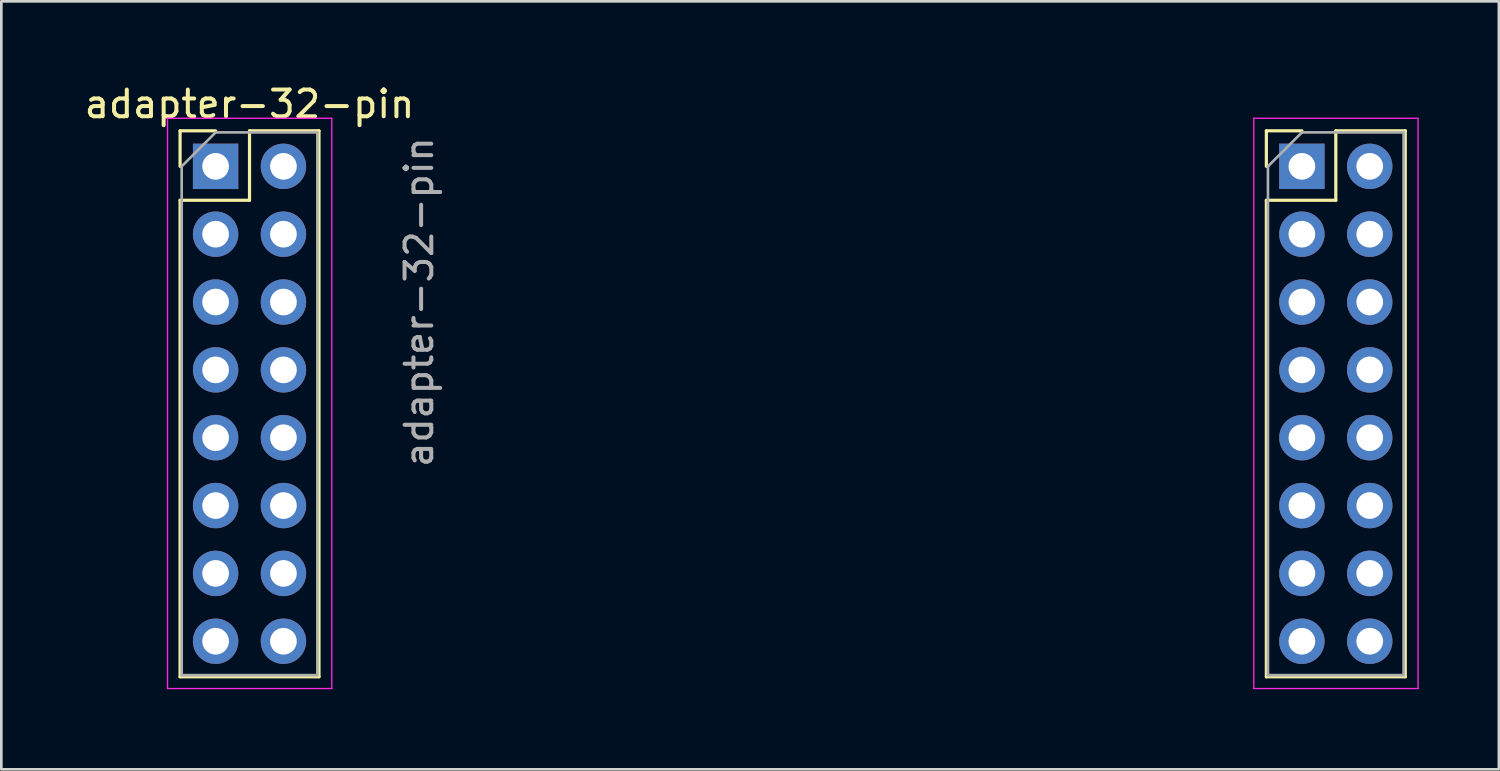
<source format=kicad_pcb>
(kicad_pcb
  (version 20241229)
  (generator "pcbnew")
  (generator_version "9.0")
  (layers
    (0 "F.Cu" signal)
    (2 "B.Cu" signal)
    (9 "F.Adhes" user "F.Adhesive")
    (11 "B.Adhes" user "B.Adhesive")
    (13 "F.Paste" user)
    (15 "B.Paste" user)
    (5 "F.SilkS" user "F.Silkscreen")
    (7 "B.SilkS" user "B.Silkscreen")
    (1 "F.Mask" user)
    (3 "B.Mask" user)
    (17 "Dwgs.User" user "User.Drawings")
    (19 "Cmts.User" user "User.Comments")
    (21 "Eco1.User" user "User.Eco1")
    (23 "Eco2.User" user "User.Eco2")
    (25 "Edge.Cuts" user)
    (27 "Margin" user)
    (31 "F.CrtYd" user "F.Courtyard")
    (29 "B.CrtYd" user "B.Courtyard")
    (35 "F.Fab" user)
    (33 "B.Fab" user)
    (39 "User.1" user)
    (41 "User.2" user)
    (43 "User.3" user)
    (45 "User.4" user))
  (footprint "adapter-32-pin"
    (layer "F.Cu")
    (at 5.022 3.178)
    (property "Reference" "adapter-32-pin" (at 1.27 -2.33 0) (layer "F.SilkS") (effects (font (size 1 1) (thickness 0.15))))
    (attr through_hole)
    (fp_line (start -1.33 -1.33) (end 0 -1.33) (stroke (width 0.12) (type solid)) (layer "F.SilkS"))
    (fp_line (start -1.33 0) (end -1.33 -1.33) (stroke (width 0.12) (type solid)) (layer "F.SilkS"))
    (fp_line (start -1.33 1.27) (end -1.33 19.11) (stroke (width 0.12) (type solid)) (layer "F.SilkS"))
    (fp_line (start -1.33 1.27) (end 1.27 1.27) (stroke (width 0.12) (type solid)) (layer "F.SilkS"))
    (fp_line (start -1.33 19.11) (end 3.87 19.11) (stroke (width 0.12) (type solid)) (layer "F.SilkS"))
    (fp_line (start 1.27 -1.33) (end 3.87 -1.33) (stroke (width 0.12) (type solid)) (layer "F.SilkS"))
    (fp_line (start 1.27 1.27) (end 1.27 -1.33) (stroke (width 0.12) (type solid)) (layer "F.SilkS"))
    (fp_line (start 3.87 -1.33) (end 3.87 19.11) (stroke (width 0.12) (type solid)) (layer "F.SilkS"))
    (fp_line (start 39.34 -1.33) (end 40.67 -1.33) (stroke (width 0.12) (type solid)) (layer "F.SilkS"))
    (fp_line (start 39.34 0) (end 39.34 -1.33) (stroke (width 0.12) (type solid)) (layer "F.SilkS"))
    (fp_line (start 39.34 1.27) (end 39.34 19.11) (stroke (width 0.12) (type solid)) (layer "F.SilkS"))
    (fp_line (start 39.34 1.27) (end 41.94 1.27) (stroke (width 0.12) (type solid)) (layer "F.SilkS"))
    (fp_line (start 39.34 19.11) (end 44.54 19.11) (stroke (width 0.12) (type solid)) (layer "F.SilkS"))
    (fp_line (start 41.94 -1.33) (end 44.54 -1.33) (stroke (width 0.12) (type solid)) (layer "F.SilkS"))
    (fp_line (start 41.94 1.27) (end 41.94 -1.33) (stroke (width 0.12) (type solid)) (layer "F.SilkS"))
    (fp_line (start 44.54 -1.33) (end 44.54 19.11) (stroke (width 0.12) (type solid)) (layer "F.SilkS"))
    (fp_line (start -1.8 -1.8) (end -1.8 19.55) (stroke (width 0.05) (type solid)) (layer "F.CrtYd"))
    (fp_line (start -1.8 19.55) (end 4.35 19.55) (stroke (width 0.05) (type solid)) (layer "F.CrtYd"))
    (fp_line (start 4.35 -1.8) (end -1.8 -1.8) (stroke (width 0.05) (type solid)) (layer "F.CrtYd"))
    (fp_line (start 4.35 19.55) (end 4.35 -1.8) (stroke (width 0.05) (type solid)) (layer "F.CrtYd"))
    (fp_line (start 38.87 -1.8) (end 38.87 19.55) (stroke (width 0.05) (type solid)) (layer "F.CrtYd"))
    (fp_line (start 38.87 19.55) (end 45.02 19.55) (stroke (width 0.05) (type solid)) (layer "F.CrtYd"))
    (fp_line (start 45.02 -1.8) (end 38.87 -1.8) (stroke (width 0.05) (type solid)) (layer "F.CrtYd"))
    (fp_line (start 45.02 19.55) (end 45.02 -1.8) (stroke (width 0.05) (type solid)) (layer "F.CrtYd"))
    (fp_line (start -1.27 0) (end 0 -1.27) (stroke (width 0.1) (type solid)) (layer "F.Fab"))
    (fp_line (start -1.27 19.05) (end -1.27 0) (stroke (width 0.1) (type solid)) (layer "F.Fab"))
    (fp_line (start 0 -1.27) (end 3.81 -1.27) (stroke (width 0.1) (type solid)) (layer "F.Fab"))
    (fp_line (start 3.81 -1.27) (end 3.81 19.05) (stroke (width 0.1) (type solid)) (layer "F.Fab"))
    (fp_line (start 3.81 19.05) (end -1.27 19.05) (stroke (width 0.1) (type solid)) (layer "F.Fab"))
    (fp_line (start 39.4 0) (end 40.67 -1.27) (stroke (width 0.1) (type solid)) (layer "F.Fab"))
    (fp_line (start 39.4 19.05) (end 39.4 0) (stroke (width 0.1) (type solid)) (layer "F.Fab"))
    (fp_line (start 40.67 -1.27) (end 44.48 -1.27) (stroke (width 0.1) (type solid)) (layer "F.Fab"))
    (fp_line (start 44.48 -1.27) (end 44.48 19.05) (stroke (width 0.1) (type solid)) (layer "F.Fab"))
    (fp_line (start 44.48 19.05) (end 39.4 19.05) (stroke (width 0.1) (type solid)) (layer "F.Fab"))
    (fp_text user "${REFERENCE}" (at 7.62 5.08 90) (layer "F.Fab") (effects (font (size 1 1) (thickness 0.15))))
    (pad "1" thru_hole rect (at 0 0) (size 1.7 1.7) (drill 1) (layers "*.Cu" "*.Mask"))
    (pad "2" thru_hole oval (at 2.54 0) (size 1.7 1.7) (drill 1) (layers "*.Cu" "*.Mask"))
    (pad "3" thru_hole oval (at 0 2.54) (size 1.7 1.7) (drill 1) (layers "*.Cu" "*.Mask"))
    (pad "4" thru_hole oval (at 2.54 2.54) (size 1.7 1.7) (drill 1) (layers "*.Cu" "*.Mask"))
    (pad "5" thru_hole oval (at 0 5.08) (size 1.7 1.7) (drill 1) (layers "*.Cu" "*.Mask"))
    (pad "6" thru_hole oval (at 2.54 5.08) (size 1.7 1.7) (drill 1) (layers "*.Cu" "*.Mask"))
    (pad "7" thru_hole oval (at 0 7.62) (size 1.7 1.7) (drill 1) (layers "*.Cu" "*.Mask"))
    (pad "8" thru_hole oval (at 2.54 7.62) (size 1.7 1.7) (drill 1) (layers "*.Cu" "*.Mask"))
    (pad "9" thru_hole oval (at 0 10.16) (size 1.7 1.7) (drill 1) (layers "*.Cu" "*.Mask"))
    (pad "10" thru_hole oval (at 2.54 10.16) (size 1.7 1.7) (drill 1) (layers "*.Cu" "*.Mask"))
    (pad "11" thru_hole oval (at 0 12.7) (size 1.7 1.7) (drill 1) (layers "*.Cu" "*.Mask"))
    (pad "12" thru_hole oval (at 2.54 12.7) (size 1.7 1.7) (drill 1) (layers "*.Cu" "*.Mask"))
    (pad "13" thru_hole oval (at 0 15.24) (size 1.7 1.7) (drill 1) (layers "*.Cu" "*.Mask"))
    (pad "14" thru_hole oval (at 2.54 15.24) (size 1.7 1.7) (drill 1) (layers "*.Cu" "*.Mask"))
    (pad "15" thru_hole oval (at 0 17.78) (size 1.7 1.7) (drill 1) (layers "*.Cu" "*.Mask"))
    (pad "16" thru_hole oval (at 2.54 17.78) (size 1.7 1.7) (drill 1) (layers "*.Cu" "*.Mask"))
    (pad "17" thru_hole oval (at 43.21 17.78) (size 1.7 1.7) (drill 1) (layers "*.Cu" "*.Mask"))
    (pad "18" thru_hole oval (at 40.67 17.78) (size 1.7 1.7) (drill 1) (layers "*.Cu" "*.Mask"))
    (pad "19" thru_hole oval (at 43.21 15.24) (size 1.7 1.7) (drill 1) (layers "*.Cu" "*.Mask"))
    (pad "20" thru_hole oval (at 40.67 15.24) (size 1.7 1.7) (drill 1) (layers "*.Cu" "*.Mask"))
    (pad "21" thru_hole oval (at 43.21 12.7) (size 1.7 1.7) (drill 1) (layers "*.Cu" "*.Mask"))
    (pad "22" thru_hole oval (at 40.67 12.7) (size 1.7 1.7) (drill 1) (layers "*.Cu" "*.Mask"))
    (pad "23" thru_hole oval (at 43.21 10.16) (size 1.7 1.7) (drill 1) (layers "*.Cu" "*.Mask"))
    (pad "24" thru_hole oval (at 40.67 10.16) (size 1.7 1.7) (drill 1) (layers "*.Cu" "*.Mask"))
    (pad "25" thru_hole oval (at 43.21 7.62) (size 1.7 1.7) (drill 1) (layers "*.Cu" "*.Mask"))
    (pad "26" thru_hole oval (at 40.67 7.62) (size 1.7 1.7) (drill 1) (layers "*.Cu" "*.Mask"))
    (pad "27" thru_hole oval (at 43.21 5.08) (size 1.7 1.7) (drill 1) (layers "*.Cu" "*.Mask"))
    (pad "28" thru_hole oval (at 40.67 5.08) (size 1.7 1.7) (drill 1) (layers "*.Cu" "*.Mask"))
    (pad "29" thru_hole oval (at 43.21 2.54) (size 1.7 1.7) (drill 1) (layers "*.Cu" "*.Mask"))
    (pad "30" thru_hole oval (at 40.67 2.54) (size 1.7 1.7) (drill 1) (layers "*.Cu" "*.Mask"))
    (pad "31" thru_hole oval (at 43.21 0) (size 1.7 1.7) (drill 1) (layers "*.Cu" "*.Mask"))
    (pad "32" thru_hole rect (at 40.67 0) (size 1.7 1.7) (drill 1) (layers "*.Cu" "*.Mask")))
  (gr_rect
    (start -3 -3)
    (end 53.067 25.753)
    (stroke (width 0.1) (type default))
    (fill no)
    (layer "Edge.Cuts")))
</source>
